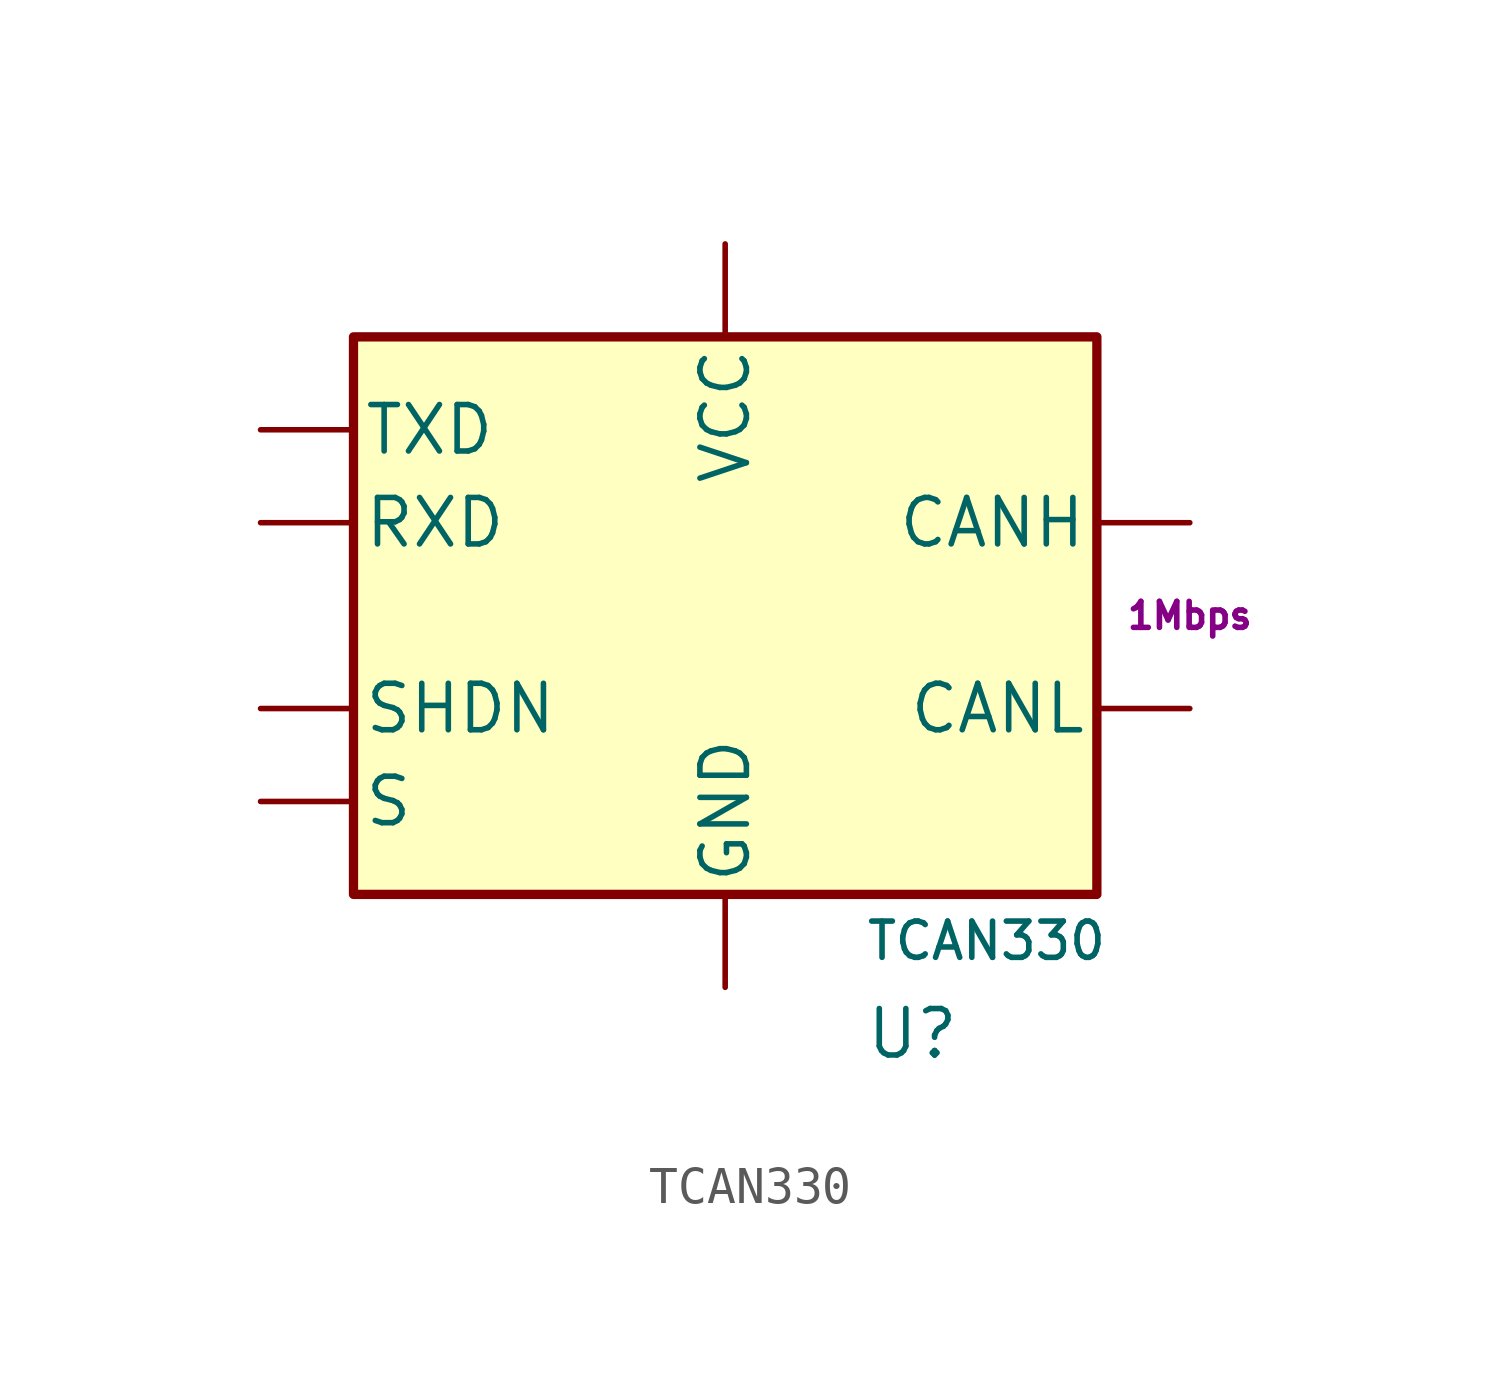
<source format=kicad_sym>
(kicad_symbol_lib
  (version 20211014)
  (generator kicad_symbol_editor)
  (symbol "TCAN330"
    (pin_numbers hide)
    (pin_names
      (offset 0.254))
    (property "Reference" "U"
      (at 3.81 -11.43 0)
      (effects (font (size 1.27 1.27)) (justify left)))
    (property "Value" "TCAN330"
      (at 3.81 -8.89 0)
      (effects (font (size 0.991 0.991)) (justify left)))
    (property "Max speed" "1Mbps"
      (at 12.7 0 0)
      (effects (font (size 0.711 0.711))))
    (symbol "TCAN330_1_1"
      (rectangle (start -10.16 7.62) (end 10.16 -7.62) (stroke (width 0.254) (type default) (color 0 0 0 0)) (fill (type background)))
      (pin input line (at -12.7 5.08 0) (length 2.54) (name "TXD" (effects (font (size 1.27 1.27)))) (number "1" (effects (font (size 1.27 1.27)))))
      (pin power_in line (at 0 -10.16 90) (length 2.54) (name "GND" (effects (font (size 1.27 1.27)))) (number "2" (effects (font (size 1.27 1.27)))))
      (pin power_in line (at 0 10.16 270) (length 2.54) (name "VCC" (effects (font (size 1.27 1.27)))) (number "3" (effects (font (size 1.27 1.27)))))
      (pin tri_state line (at -12.7 2.54 0) (length 2.54) (name "RXD" (effects (font (size 1.27 1.27)))) (number "4" (effects (font (size 1.27 1.27)))))
      (pin input line (at -12.7 -2.54 0) (length 2.54) (name "SHDN" (effects (font (size 1.27 1.27)))) (number "5" (effects (font (size 1.27 1.27)))))
      (pin bidirectional line (at 12.7 -2.54 180) (length 2.54) (name "CANL" (effects (font (size 1.27 1.27)))) (number "6" (effects (font (size 1.27 1.27)))))
      (pin bidirectional line (at 12.7 2.54 180) (length 2.54) (name "CANH" (effects (font (size 1.27 1.27)))) (number "7" (effects (font (size 1.27 1.27)))))
      (pin input line (at -12.7 -5.08 0) (length 2.54) (name "S" (effects (font (size 1.27 1.27)))) (number "8" (effects (font (size 1.27 1.27))))))))
</source>
